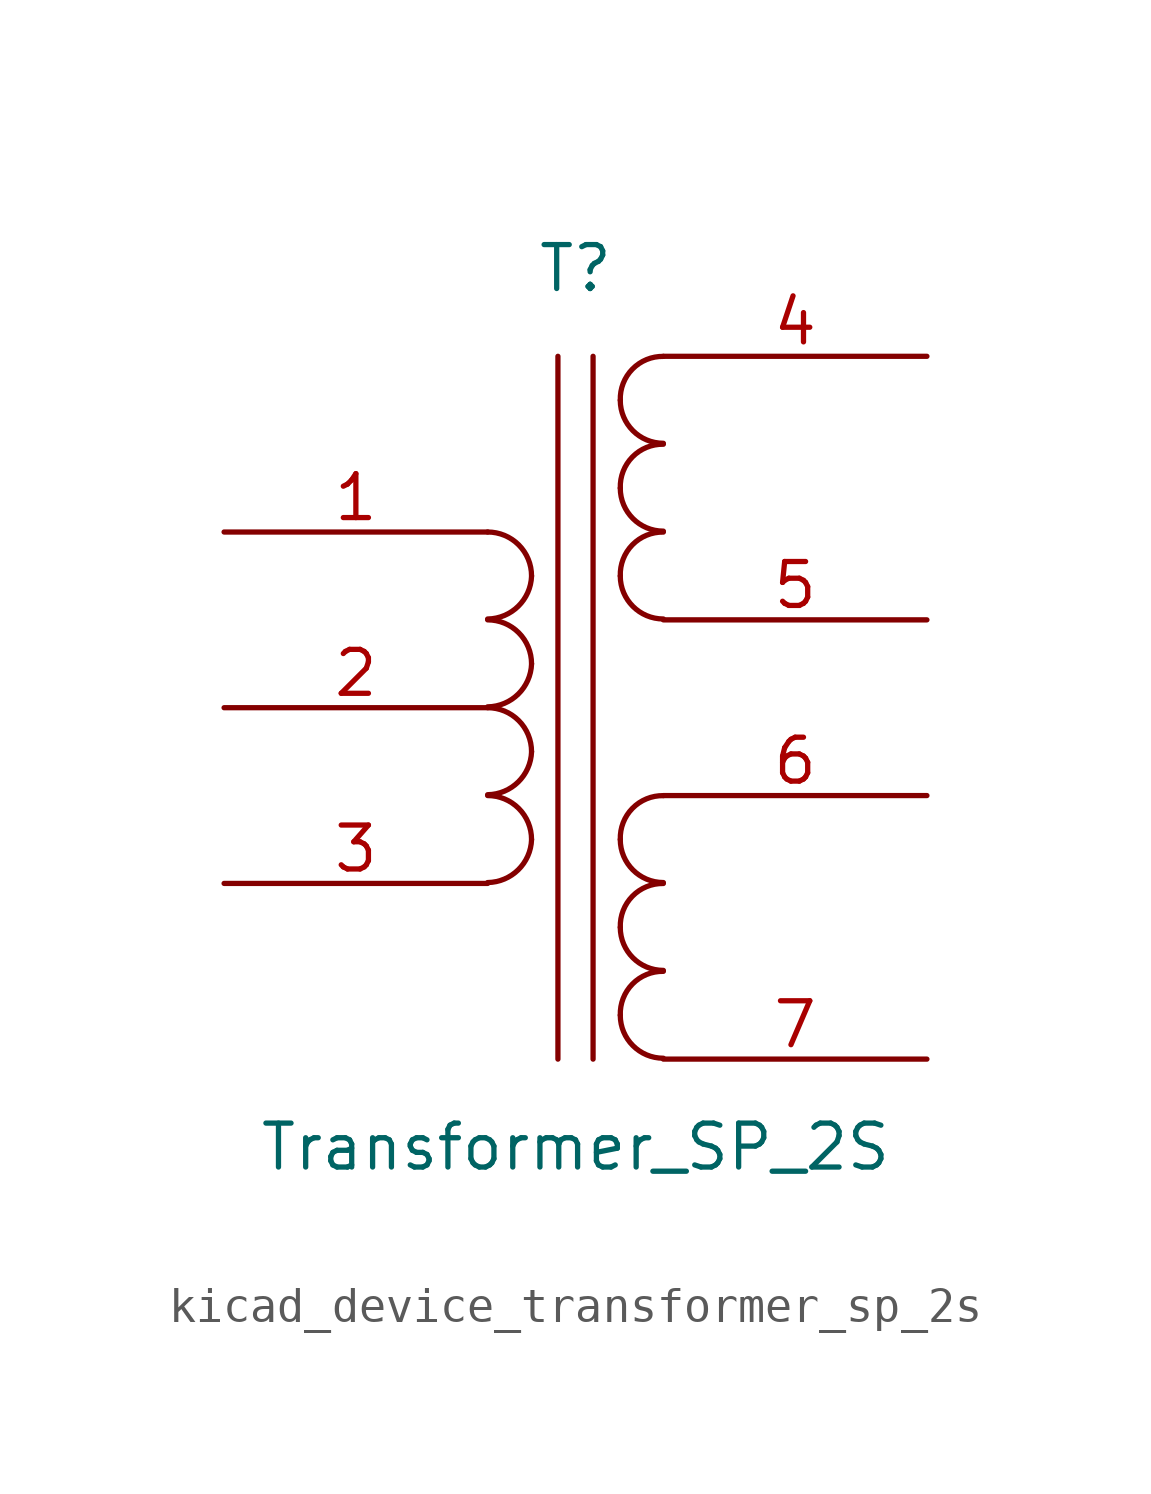
<source format=kicad_sym>
(kicad_symbol_lib
  (version 20220914)
  (generator kicad_symbol_editor)
  (symbol "kicad_device_transformer_sp_2s"
    (pin_names
      (offset 1.016) hide)
    (property "Reference" "T"
      (at 0 12.7 0)
      (effects (font (size 1.27 1.27))))
    (property "Value" "Transformer_SP_2S"
      (at 0 -12.7 0)
      (effects (font (size 1.27 1.27))))
    (symbol "kicad_device_transformer_sp_2s_0_1"
      (arc (start -2.54 -5.0546) (mid -1.6599 -4.6901) (end -1.27 -3.81) (stroke (width 0) (type default)) (fill (type none)))
      (arc (start -2.54 -2.5146) (mid -1.6599 -2.1501) (end -1.27 -1.27) (stroke (width 0) (type default)) (fill (type none)))
      (arc (start -2.54 0.0254) (mid -1.6599 0.3899) (end -1.27 1.27) (stroke (width 0) (type default)) (fill (type none)))
      (arc (start -2.54 2.5654) (mid -1.6599 2.9299) (end -1.27 3.81) (stroke (width 0) (type default)) (fill (type none)))
      (arc (start -1.27 -3.81) (mid -1.642 -2.912) (end -2.54 -2.54) (stroke (width 0) (type default)) (fill (type none)))
      (arc (start -1.27 -1.27) (mid -1.642 -0.372) (end -2.54 0) (stroke (width 0) (type default)) (fill (type none)))
      (arc (start -1.27 1.27) (mid -1.642 2.168) (end -2.54 2.54) (stroke (width 0) (type default)) (fill (type none)))
      (arc (start -1.27 3.81) (mid -1.642 4.708) (end -2.54 5.08) (stroke (width 0) (type default)) (fill (type none)))
      (polyline (pts (xy -0.508 -10.16) (xy -0.508 10.16)) (stroke (width 0) (type default)) (fill (type none)))
      (polyline (pts (xy 0.508 10.16) (xy 0.508 -10.16)) (stroke (width 0) (type default)) (fill (type none)))
      (arc (start 1.2954 -8.89) (mid 1.6599 -9.7701) (end 2.54 -10.1346) (stroke (width 0) (type default)) (fill (type none)))
      (arc (start 1.2954 -6.35) (mid 1.6599 -7.2301) (end 2.54 -7.5946) (stroke (width 0) (type default)) (fill (type none)))
      (arc (start 1.2954 -3.81) (mid 1.6599 -4.6901) (end 2.54 -5.0546) (stroke (width 0) (type default)) (fill (type none)))
      (arc (start 1.2954 3.81) (mid 1.6599 2.9299) (end 2.54 2.5654) (stroke (width 0) (type default)) (fill (type none)))
      (arc (start 1.2954 6.35) (mid 1.6599 5.4699) (end 2.54 5.1054) (stroke (width 0) (type default)) (fill (type none)))
      (arc (start 1.2954 8.89) (mid 1.6599 8.0099) (end 2.54 7.6454) (stroke (width 0) (type default)) (fill (type none)))
      (arc (start 2.54 -7.62) (mid 1.642 -7.992) (end 1.2954 -8.89) (stroke (width 0) (type default)) (fill (type none)))
      (arc (start 2.54 -5.08) (mid 1.642 -5.452) (end 1.2954 -6.35) (stroke (width 0) (type default)) (fill (type none)))
      (arc (start 2.54 -2.54) (mid 1.642 -2.912) (end 1.2954 -3.81) (stroke (width 0) (type default)) (fill (type none)))
      (arc (start 2.54 5.08) (mid 1.642 4.708) (end 1.2954 3.81) (stroke (width 0) (type default)) (fill (type none)))
      (arc (start 2.54 7.62) (mid 1.642 7.248) (end 1.2954 6.35) (stroke (width 0) (type default)) (fill (type none)))
      (arc (start 2.54 10.16) (mid 1.642 9.788) (end 1.2954 8.89) (stroke (width 0) (type default)) (fill (type none))))
    (symbol "kicad_device_transformer_sp_2s_1_1"
      (pin passive line (at -10.16 5.08 0) (length 7.62) (name "IN+" (effects (font (size 1.27 1.27)))) (number "1" (effects (font (size 1.27 1.27)))))
      (pin passive line (at -10.16 0 0) (length 7.62) (name "PM" (effects (font (size 1.27 1.27)))) (number "2" (effects (font (size 1.27 1.27)))))
      (pin passive line (at -10.16 -5.08 0) (length 7.62) (name "IN-" (effects (font (size 1.27 1.27)))) (number "3" (effects (font (size 1.27 1.27)))))
      (pin passive line (at 10.16 10.16 180) (length 7.62) (name "OUT1A" (effects (font (size 1.27 1.27)))) (number "4" (effects (font (size 1.27 1.27)))))
      (pin passive line (at 10.16 2.54 180) (length 7.62) (name "OUT1B" (effects (font (size 1.27 1.27)))) (number "5" (effects (font (size 1.27 1.27)))))
      (pin passive line (at 10.16 -2.54 180) (length 7.62) (name "OUT2A" (effects (font (size 1.27 1.27)))) (number "6" (effects (font (size 1.27 1.27)))))
      (pin passive line (at 10.16 -10.16 180) (length 7.62) (name "OUT2B" (effects (font (size 1.27 1.27)))) (number "7" (effects (font (size 1.27 1.27))))))))
</source>
